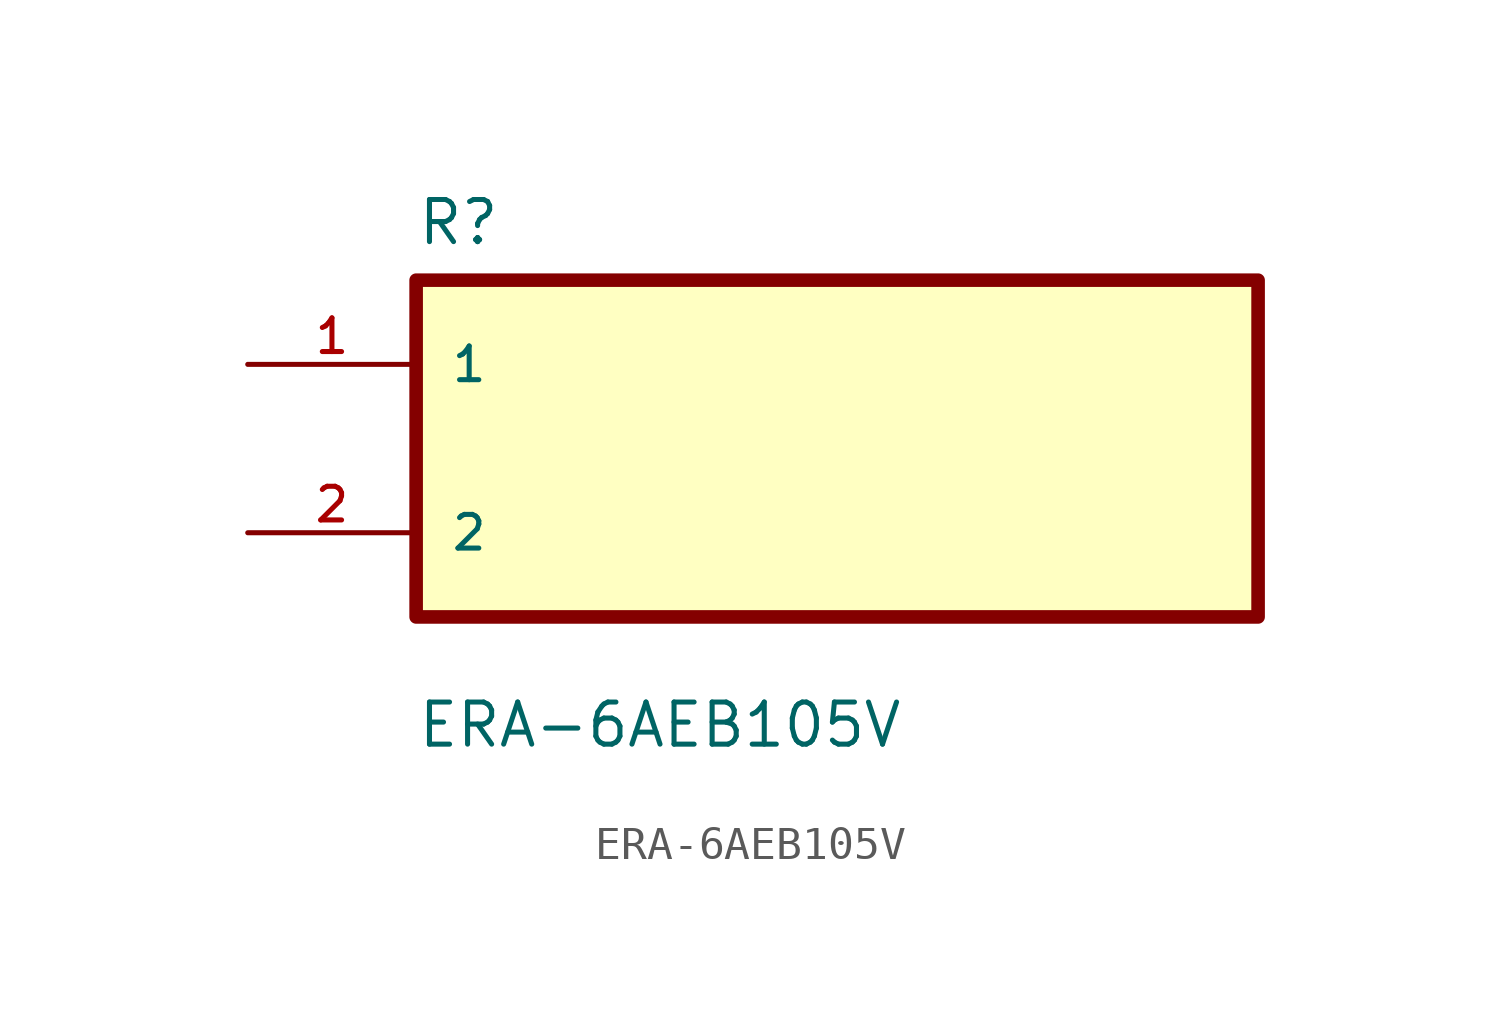
<source format=kicad_sym>
(kicad_symbol_lib
  (version 20211014)
  (generator kicad_symbol_editor)
  (symbol "ERA-6AEB105V"
    (pin_names
      (offset 1.016))
    (property "Reference" "R"
      (at -12.7 6.08 0.0)
      (effects (font (size 1.27 1.27)) (justify bottom left)))
    (property "Value" "ERA-6AEB105V"
      (at -12.7 -9.08 0.0)
      (effects (font (size 1.27 1.27)) (justify bottom left)))
    (symbol "ERA-6AEB105V_0_0"
      (rectangle (start -12.7 -5.08) (end 12.7 5.08) (stroke (width 0.41)) (fill (type background)))
      (pin bidirectional line (at -17.78 2.54 0) (length 5.08) (name "1" (effects (font (size 1.016 1.016)))) (number "1" (effects (font (size 1.016 1.016)))))
      (pin bidirectional line (at -17.78 -2.54 0) (length 5.08) (name "2" (effects (font (size 1.016 1.016)))) (number "2" (effects (font (size 1.016 1.016))))))))
</source>
